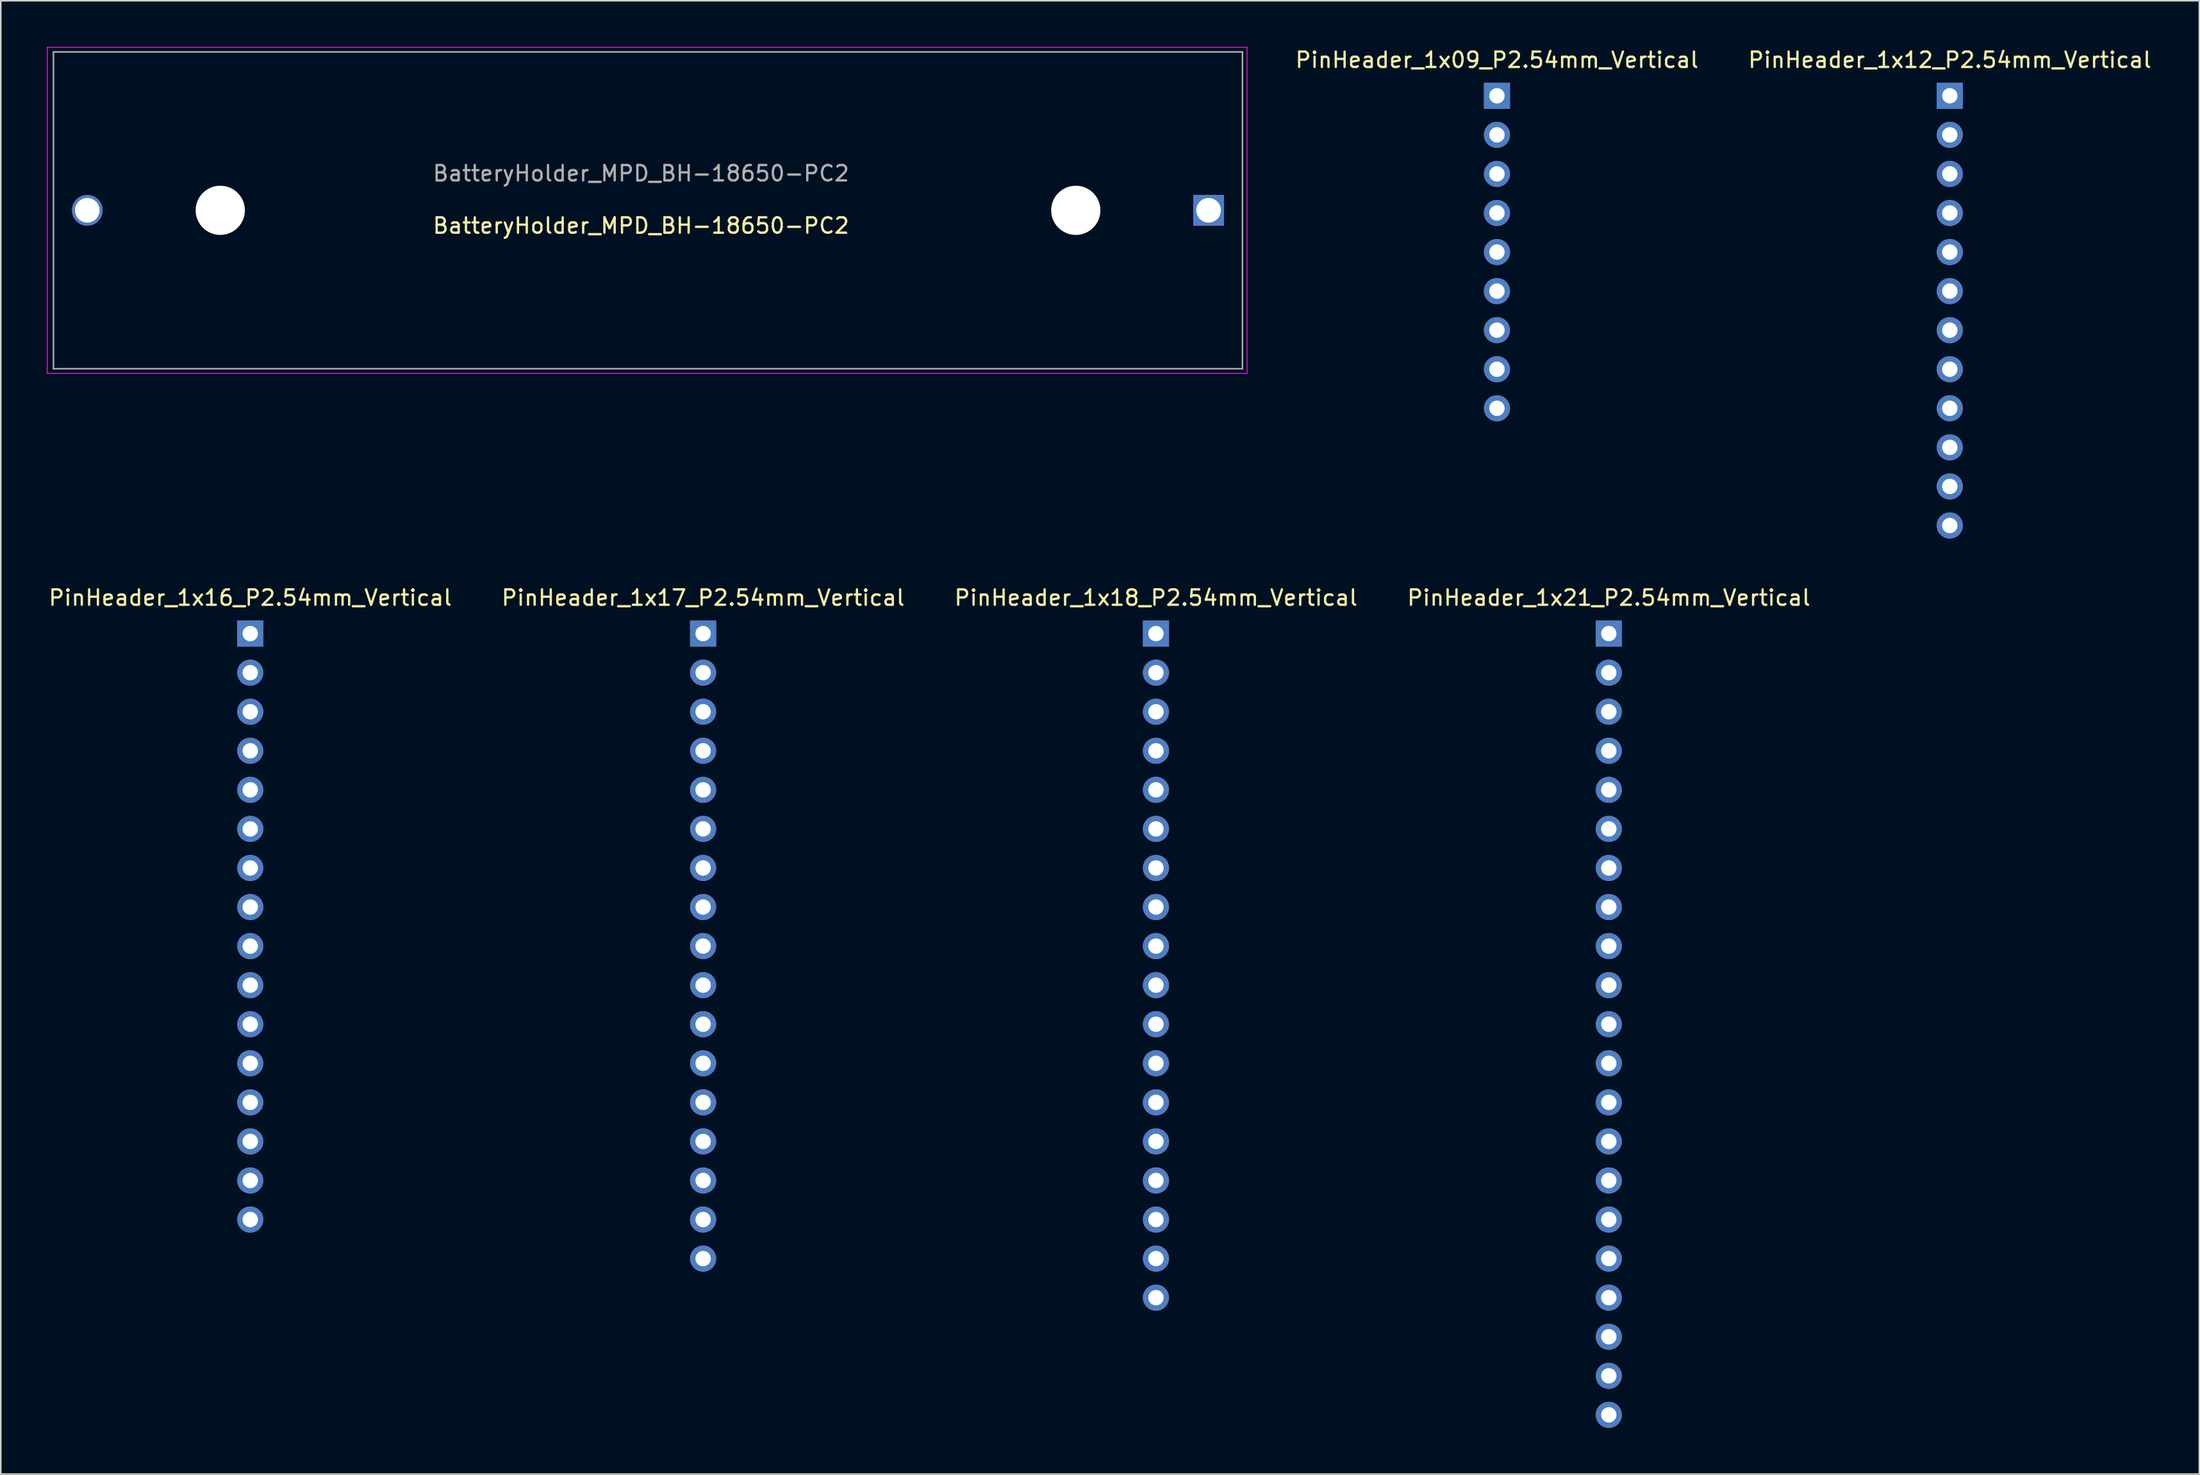
<source format=kicad_pcb>
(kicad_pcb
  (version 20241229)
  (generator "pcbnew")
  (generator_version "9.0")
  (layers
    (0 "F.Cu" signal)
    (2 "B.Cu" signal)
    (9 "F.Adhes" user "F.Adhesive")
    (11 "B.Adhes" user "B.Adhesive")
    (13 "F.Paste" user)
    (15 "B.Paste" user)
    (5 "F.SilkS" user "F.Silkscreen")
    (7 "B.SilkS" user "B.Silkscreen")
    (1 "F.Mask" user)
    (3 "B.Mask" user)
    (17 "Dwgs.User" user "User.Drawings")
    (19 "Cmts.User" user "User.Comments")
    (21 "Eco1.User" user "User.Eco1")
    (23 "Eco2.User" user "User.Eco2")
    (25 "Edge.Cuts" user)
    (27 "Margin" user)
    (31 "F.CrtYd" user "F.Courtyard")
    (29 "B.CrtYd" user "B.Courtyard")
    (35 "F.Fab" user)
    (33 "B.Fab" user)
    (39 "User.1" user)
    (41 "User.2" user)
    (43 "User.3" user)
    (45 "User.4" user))
  (footprint "PinHeader_1x17_P2.54mm_Vertical"
    (layer "F.Cu")
    (at 42.661 38.147)
    (property "Reference" "PinHeader_1x17_P2.54mm_Vertical" (at 0 -2.33 0) (layer "F.SilkS") (effects (font (size 1 1) (thickness 0.15))))
    (attr through_hole)
    (pad "1" thru_hole rect (at 0 0) (size 1.7 1.7) (drill 1) (layers "*.Cu" "*.Mask"))
    (pad "2" thru_hole oval (at 0 2.54) (size 1.7 1.7) (drill 1) (layers "*.Cu" "*.Mask"))
    (pad "3" thru_hole oval (at 0 5.08) (size 1.7 1.7) (drill 1) (layers "*.Cu" "*.Mask"))
    (pad "4" thru_hole oval (at 0 7.62) (size 1.7 1.7) (drill 1) (layers "*.Cu" "*.Mask"))
    (pad "5" thru_hole oval (at 0 10.16) (size 1.7 1.7) (drill 1) (layers "*.Cu" "*.Mask"))
    (pad "6" thru_hole oval (at 0 12.7) (size 1.7 1.7) (drill 1) (layers "*.Cu" "*.Mask"))
    (pad "7" thru_hole oval (at 0 15.24) (size 1.7 1.7) (drill 1) (layers "*.Cu" "*.Mask"))
    (pad "8" thru_hole oval (at 0 17.78) (size 1.7 1.7) (drill 1) (layers "*.Cu" "*.Mask"))
    (pad "9" thru_hole oval (at 0 20.32) (size 1.7 1.7) (drill 1) (layers "*.Cu" "*.Mask"))
    (pad "10" thru_hole oval (at 0 22.86) (size 1.7 1.7) (drill 1) (layers "*.Cu" "*.Mask"))
    (pad "11" thru_hole oval (at 0 25.4) (size 1.7 1.7) (drill 1) (layers "*.Cu" "*.Mask"))
    (pad "12" thru_hole oval (at 0 27.94) (size 1.7 1.7) (drill 1) (layers "*.Cu" "*.Mask"))
    (pad "13" thru_hole oval (at 0 30.48) (size 1.7 1.7) (drill 1) (layers "*.Cu" "*.Mask"))
    (pad "14" thru_hole oval (at 0 33.02) (size 1.7 1.7) (drill 1) (layers "*.Cu" "*.Mask"))
    (pad "15" thru_hole oval (at 0 35.56) (size 1.7 1.7) (drill 1) (layers "*.Cu" "*.Mask"))
    (pad "16" thru_hole oval (at 0 38.1) (size 1.7 1.7) (drill 1) (layers "*.Cu" "*.Mask"))
    (pad "17" thru_hole oval (at 0 40.64) (size 1.7 1.7) (drill 1) (layers "*.Cu" "*.Mask")))
  (footprint "PinHeader_1x21_P2.54mm_Vertical"
    (layer "F.Cu")
    (at 101.542 38.147)
    (property "Reference" "PinHeader_1x21_P2.54mm_Vertical" (at 0 -2.33 0) (layer "F.SilkS") (effects (font (size 1 1) (thickness 0.15))))
    (attr through_hole)
    (pad "1" thru_hole rect (at 0 0) (size 1.7 1.7) (drill 1) (layers "*.Cu" "*.Mask"))
    (pad "2" thru_hole oval (at 0 2.54) (size 1.7 1.7) (drill 1) (layers "*.Cu" "*.Mask"))
    (pad "3" thru_hole oval (at 0 5.08) (size 1.7 1.7) (drill 1) (layers "*.Cu" "*.Mask"))
    (pad "4" thru_hole oval (at 0 7.62) (size 1.7 1.7) (drill 1) (layers "*.Cu" "*.Mask"))
    (pad "5" thru_hole oval (at 0 10.16) (size 1.7 1.7) (drill 1) (layers "*.Cu" "*.Mask"))
    (pad "6" thru_hole oval (at 0 12.7) (size 1.7 1.7) (drill 1) (layers "*.Cu" "*.Mask"))
    (pad "7" thru_hole oval (at 0 15.24) (size 1.7 1.7) (drill 1) (layers "*.Cu" "*.Mask"))
    (pad "8" thru_hole oval (at 0 17.78) (size 1.7 1.7) (drill 1) (layers "*.Cu" "*.Mask"))
    (pad "9" thru_hole oval (at 0 20.32) (size 1.7 1.7) (drill 1) (layers "*.Cu" "*.Mask"))
    (pad "10" thru_hole oval (at 0 22.86) (size 1.7 1.7) (drill 1) (layers "*.Cu" "*.Mask"))
    (pad "11" thru_hole oval (at 0 25.4) (size 1.7 1.7) (drill 1) (layers "*.Cu" "*.Mask"))
    (pad "12" thru_hole oval (at 0 27.94) (size 1.7 1.7) (drill 1) (layers "*.Cu" "*.Mask"))
    (pad "13" thru_hole oval (at 0 30.48) (size 1.7 1.7) (drill 1) (layers "*.Cu" "*.Mask"))
    (pad "14" thru_hole oval (at 0 33.02) (size 1.7 1.7) (drill 1) (layers "*.Cu" "*.Mask"))
    (pad "15" thru_hole oval (at 0 35.56) (size 1.7 1.7) (drill 1) (layers "*.Cu" "*.Mask"))
    (pad "16" thru_hole oval (at 0 38.1) (size 1.7 1.7) (drill 1) (layers "*.Cu" "*.Mask"))
    (pad "17" thru_hole oval (at 0 40.64) (size 1.7 1.7) (drill 1) (layers "*.Cu" "*.Mask"))
    (pad "18" thru_hole oval (at 0 43.18) (size 1.7 1.7) (drill 1) (layers "*.Cu" "*.Mask"))
    (pad "19" thru_hole oval (at 0 45.72) (size 1.7 1.7) (drill 1) (layers "*.Cu" "*.Mask"))
    (pad "20" thru_hole oval (at 0 48.26) (size 1.7 1.7) (drill 1) (layers "*.Cu" "*.Mask"))
    (pad "21" thru_hole oval (at 0 50.8) (size 1.7 1.7) (drill 1) (layers "*.Cu" "*.Mask")))
  (footprint "PinHeader_1x18_P2.54mm_Vertical"
    (layer "F.Cu")
    (at 72.101 38.147)
    (property "Reference" "PinHeader_1x18_P2.54mm_Vertical" (at 0 -2.33 0) (layer "F.SilkS") (effects (font (size 1 1) (thickness 0.15))))
    (attr through_hole)
    (pad "1" thru_hole rect (at 0 0) (size 1.7 1.7) (drill 1) (layers "*.Cu" "*.Mask"))
    (pad "2" thru_hole oval (at 0 2.54) (size 1.7 1.7) (drill 1) (layers "*.Cu" "*.Mask"))
    (pad "3" thru_hole oval (at 0 5.08) (size 1.7 1.7) (drill 1) (layers "*.Cu" "*.Mask"))
    (pad "4" thru_hole oval (at 0 7.62) (size 1.7 1.7) (drill 1) (layers "*.Cu" "*.Mask"))
    (pad "5" thru_hole oval (at 0 10.16) (size 1.7 1.7) (drill 1) (layers "*.Cu" "*.Mask"))
    (pad "6" thru_hole oval (at 0 12.7) (size 1.7 1.7) (drill 1) (layers "*.Cu" "*.Mask"))
    (pad "7" thru_hole oval (at 0 15.24) (size 1.7 1.7) (drill 1) (layers "*.Cu" "*.Mask"))
    (pad "8" thru_hole oval (at 0 17.78) (size 1.7 1.7) (drill 1) (layers "*.Cu" "*.Mask"))
    (pad "9" thru_hole oval (at 0 20.32) (size 1.7 1.7) (drill 1) (layers "*.Cu" "*.Mask"))
    (pad "10" thru_hole oval (at 0 22.86) (size 1.7 1.7) (drill 1) (layers "*.Cu" "*.Mask"))
    (pad "11" thru_hole oval (at 0 25.4) (size 1.7 1.7) (drill 1) (layers "*.Cu" "*.Mask"))
    (pad "12" thru_hole oval (at 0 27.94) (size 1.7 1.7) (drill 1) (layers "*.Cu" "*.Mask"))
    (pad "13" thru_hole oval (at 0 30.48) (size 1.7 1.7) (drill 1) (layers "*.Cu" "*.Mask"))
    (pad "14" thru_hole oval (at 0 33.02) (size 1.7 1.7) (drill 1) (layers "*.Cu" "*.Mask"))
    (pad "15" thru_hole oval (at 0 35.56) (size 1.7 1.7) (drill 1) (layers "*.Cu" "*.Mask"))
    (pad "16" thru_hole oval (at 0 38.1) (size 1.7 1.7) (drill 1) (layers "*.Cu" "*.Mask"))
    (pad "17" thru_hole oval (at 0 40.64) (size 1.7 1.7) (drill 1) (layers "*.Cu" "*.Mask"))
    (pad "18" thru_hole oval (at 0 43.18) (size 1.7 1.7) (drill 1) (layers "*.Cu" "*.Mask")))
  (footprint "BatteryHolder_MPD_BH-18650-PC2"
    (layer "F.Cu")
    (at 2.625 10.625)
    (property "Reference" "BatteryHolder_MPD_BH-18650-PC2" (at 36 1 0) (layer "F.SilkS") (effects (font (size 1 1) (thickness 0.15))))
    (attr through_hole)
    (fp_line (start -2.6 -10.6) (end 75.4 -10.6) (stroke (width 0.05) (type solid)) (layer "F.CrtYd"))
    (fp_line (start -2.6 10.6) (end -2.6 -10.6) (stroke (width 0.05) (type solid)) (layer "F.CrtYd"))
    (fp_line (start 75.4 -10.6) (end 75.4 10.6) (stroke (width 0.05) (type solid)) (layer "F.CrtYd"))
    (fp_line (start 75.4 10.6) (end -2.6 10.6) (stroke (width 0.05) (type solid)) (layer "F.CrtYd"))
    (fp_line (start -2.2 -10.3) (end 75.1 -10.3) (stroke (width 0.1) (type solid)) (layer "F.Fab"))
    (fp_line (start -2.2 10.3) (end -2.2 -10.3) (stroke (width 0.1) (type solid)) (layer "F.Fab"))
    (fp_line (start 75.1 -10.3) (end 75.1 10.3) (stroke (width 0.1) (type solid)) (layer "F.Fab"))
    (fp_line (start 75.1 10.3) (end -2.2 10.3) (stroke (width 0.1) (type solid)) (layer "F.Fab"))
    (fp_text user "${REFERENCE}" (at 36 -2.4 0) (layer "F.Fab") (effects (font (size 1 1) (thickness 0.15))))
    (pad "" np_thru_hole circle (at 8.645 0) (size 3.2 3.2) (drill 3.2) (layers "*.Cu" "*.Mask"))
    (pad "" np_thru_hole circle (at 64.264 0) (size 3.2 3.2) (drill 3.2) (layers "*.Cu" "*.Mask"))
    (pad "1" thru_hole circle (at 0 0) (size 2 2) (drill 1.6) (layers "*.Cu" "*.Mask"))
    (pad "2" thru_hole rect (at 72.9 0) (size 2 2) (drill 1.6) (layers "*.Cu" "*.Mask")))
  (footprint "PinHeader_1x09_P2.54mm_Vertical"
    (layer "F.Cu")
    (at 94.27 3.178)
    (property "Reference" "PinHeader_1x09_P2.54mm_Vertical" (at 0 -2.33 0) (layer "F.SilkS") (effects (font (size 1 1) (thickness 0.15))))
    (attr through_hole)
    (pad "1" thru_hole rect (at 0 0) (size 1.7 1.7) (drill 1) (layers "*.Cu" "*.Mask"))
    (pad "2" thru_hole oval (at 0 2.54) (size 1.7 1.7) (drill 1) (layers "*.Cu" "*.Mask"))
    (pad "3" thru_hole oval (at 0 5.08) (size 1.7 1.7) (drill 1) (layers "*.Cu" "*.Mask"))
    (pad "4" thru_hole oval (at 0 7.62) (size 1.7 1.7) (drill 1) (layers "*.Cu" "*.Mask"))
    (pad "5" thru_hole oval (at 0 10.16) (size 1.7 1.7) (drill 1) (layers "*.Cu" "*.Mask"))
    (pad "6" thru_hole oval (at 0 12.7) (size 1.7 1.7) (drill 1) (layers "*.Cu" "*.Mask"))
    (pad "7" thru_hole oval (at 0 15.24) (size 1.7 1.7) (drill 1) (layers "*.Cu" "*.Mask"))
    (pad "8" thru_hole oval (at 0 17.78) (size 1.7 1.7) (drill 1) (layers "*.Cu" "*.Mask"))
    (pad "9" thru_hole oval (at 0 20.32) (size 1.7 1.7) (drill 1) (layers "*.Cu" "*.Mask")))
  (footprint "PinHeader_1x16_P2.54mm_Vertical"
    (layer "F.Cu")
    (at 13.22 38.147)
    (property "Reference" "PinHeader_1x16_P2.54mm_Vertical" (at 0 -2.33 0) (layer "F.SilkS") (effects (font (size 1 1) (thickness 0.15))))
    (attr through_hole)
    (pad "1" thru_hole rect (at 0 0) (size 1.7 1.7) (drill 1) (layers "*.Cu" "*.Mask"))
    (pad "2" thru_hole oval (at 0 2.54) (size 1.7 1.7) (drill 1) (layers "*.Cu" "*.Mask"))
    (pad "3" thru_hole oval (at 0 5.08) (size 1.7 1.7) (drill 1) (layers "*.Cu" "*.Mask"))
    (pad "4" thru_hole oval (at 0 7.62) (size 1.7 1.7) (drill 1) (layers "*.Cu" "*.Mask"))
    (pad "5" thru_hole oval (at 0 10.16) (size 1.7 1.7) (drill 1) (layers "*.Cu" "*.Mask"))
    (pad "6" thru_hole oval (at 0 12.7) (size 1.7 1.7) (drill 1) (layers "*.Cu" "*.Mask"))
    (pad "7" thru_hole oval (at 0 15.24) (size 1.7 1.7) (drill 1) (layers "*.Cu" "*.Mask"))
    (pad "8" thru_hole oval (at 0 17.78) (size 1.7 1.7) (drill 1) (layers "*.Cu" "*.Mask"))
    (pad "9" thru_hole oval (at 0 20.32) (size 1.7 1.7) (drill 1) (layers "*.Cu" "*.Mask"))
    (pad "10" thru_hole oval (at 0 22.86) (size 1.7 1.7) (drill 1) (layers "*.Cu" "*.Mask"))
    (pad "11" thru_hole oval (at 0 25.4) (size 1.7 1.7) (drill 1) (layers "*.Cu" "*.Mask"))
    (pad "12" thru_hole oval (at 0 27.94) (size 1.7 1.7) (drill 1) (layers "*.Cu" "*.Mask"))
    (pad "13" thru_hole oval (at 0 30.48) (size 1.7 1.7) (drill 1) (layers "*.Cu" "*.Mask"))
    (pad "14" thru_hole oval (at 0 33.02) (size 1.7 1.7) (drill 1) (layers "*.Cu" "*.Mask"))
    (pad "15" thru_hole oval (at 0 35.56) (size 1.7 1.7) (drill 1) (layers "*.Cu" "*.Mask"))
    (pad "16" thru_hole oval (at 0 38.1) (size 1.7 1.7) (drill 1) (layers "*.Cu" "*.Mask")))
  (footprint "PinHeader_1x12_P2.54mm_Vertical"
    (layer "F.Cu")
    (at 123.711 3.178)
    (property "Reference" "PinHeader_1x12_P2.54mm_Vertical" (at 0 -2.33 0) (layer "F.SilkS") (effects (font (size 1 1) (thickness 0.15))))
    (attr through_hole)
    (pad "1" thru_hole rect (at 0 0) (size 1.7 1.7) (drill 1) (layers "*.Cu" "*.Mask"))
    (pad "2" thru_hole oval (at 0 2.54) (size 1.7 1.7) (drill 1) (layers "*.Cu" "*.Mask"))
    (pad "3" thru_hole oval (at 0 5.08) (size 1.7 1.7) (drill 1) (layers "*.Cu" "*.Mask"))
    (pad "4" thru_hole oval (at 0 7.62) (size 1.7 1.7) (drill 1) (layers "*.Cu" "*.Mask"))
    (pad "5" thru_hole oval (at 0 10.16) (size 1.7 1.7) (drill 1) (layers "*.Cu" "*.Mask"))
    (pad "6" thru_hole oval (at 0 12.7) (size 1.7 1.7) (drill 1) (layers "*.Cu" "*.Mask"))
    (pad "7" thru_hole oval (at 0 15.24) (size 1.7 1.7) (drill 1) (layers "*.Cu" "*.Mask"))
    (pad "8" thru_hole oval (at 0 17.78) (size 1.7 1.7) (drill 1) (layers "*.Cu" "*.Mask"))
    (pad "9" thru_hole oval (at 0 20.32) (size 1.7 1.7) (drill 1) (layers "*.Cu" "*.Mask"))
    (pad "10" thru_hole oval (at 0 22.86) (size 1.7 1.7) (drill 1) (layers "*.Cu" "*.Mask"))
    (pad "11" thru_hole oval (at 0 25.4) (size 1.7 1.7) (drill 1) (layers "*.Cu" "*.Mask"))
    (pad "12" thru_hole oval (at 0 27.94) (size 1.7 1.7) (drill 1) (layers "*.Cu" "*.Mask")))
  (gr_rect
    (start -3 -3)
    (end 139.931 92.796)
    (stroke (width 0.1) (type default))
    (fill no)
    (layer "Edge.Cuts")))
</source>
